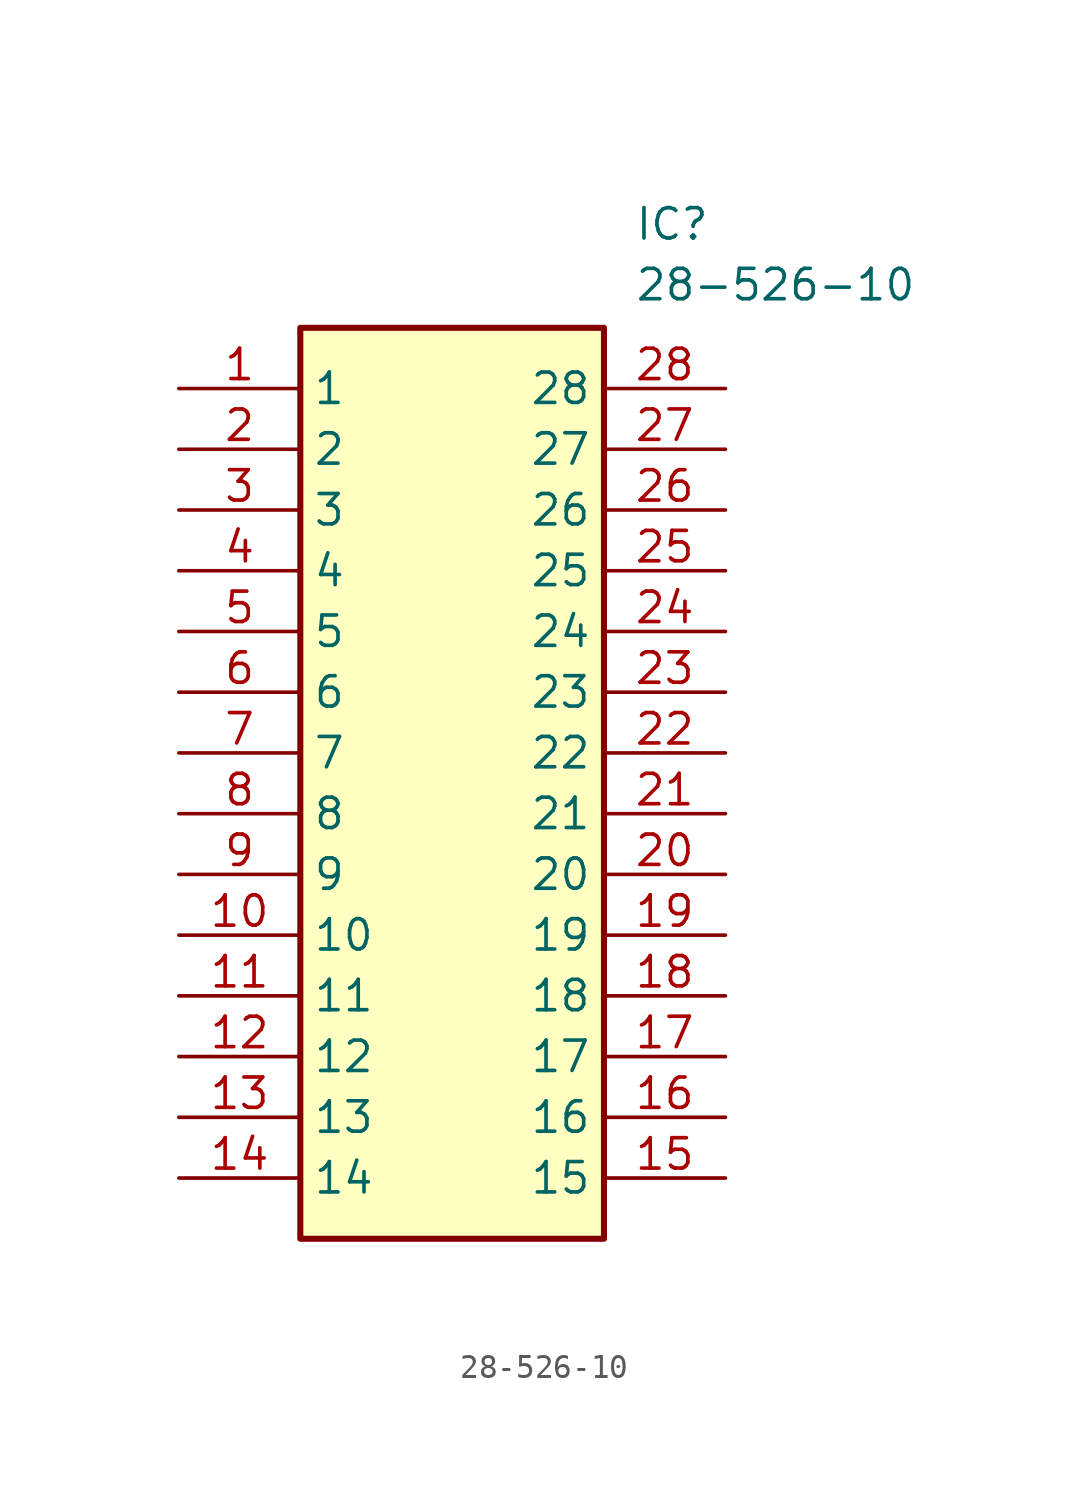
<source format=kicad_sym>
(kicad_symbol_lib
  (version 20220914)
  (generator SamacSys_ECAD_Model)
  (symbol "28-526-10"
    (property "Reference" "IC"
      (at 19.05 7.62 0)
      (effects (font (size 1.27 1.27)) (justify left top)))
    (property "Value" "28-526-10"
      (at 19.05 5.08 0)
      (effects (font (size 1.27 1.27)) (justify left top)))
    (rectangle
      (start 5.08 2.54)
      (end 17.78 -35.56)
      (stroke (width 0.254) (type default))
      (fill (type background)))
    (pin passive line
      (at 0 0 0)
      (length 5.08)
      (name "1" (effects (font (size 1.27 1.27))))
      (number "1" (effects (font (size 1.27 1.27)))))
    (pin passive line
      (at 0 -2.54 0)
      (length 5.08)
      (name "2" (effects (font (size 1.27 1.27))))
      (number "2" (effects (font (size 1.27 1.27)))))
    (pin passive line
      (at 0 -5.08 0)
      (length 5.08)
      (name "3" (effects (font (size 1.27 1.27))))
      (number "3" (effects (font (size 1.27 1.27)))))
    (pin passive line
      (at 0 -7.62 0)
      (length 5.08)
      (name "4" (effects (font (size 1.27 1.27))))
      (number "4" (effects (font (size 1.27 1.27)))))
    (pin passive line
      (at 0 -10.16 0)
      (length 5.08)
      (name "5" (effects (font (size 1.27 1.27))))
      (number "5" (effects (font (size 1.27 1.27)))))
    (pin passive line
      (at 0 -12.7 0)
      (length 5.08)
      (name "6" (effects (font (size 1.27 1.27))))
      (number "6" (effects (font (size 1.27 1.27)))))
    (pin passive line
      (at 0 -15.24 0)
      (length 5.08)
      (name "7" (effects (font (size 1.27 1.27))))
      (number "7" (effects (font (size 1.27 1.27)))))
    (pin passive line
      (at 0 -17.78 0)
      (length 5.08)
      (name "8" (effects (font (size 1.27 1.27))))
      (number "8" (effects (font (size 1.27 1.27)))))
    (pin passive line
      (at 0 -20.32 0)
      (length 5.08)
      (name "9" (effects (font (size 1.27 1.27))))
      (number "9" (effects (font (size 1.27 1.27)))))
    (pin passive line
      (at 0 -22.86 0)
      (length 5.08)
      (name "10" (effects (font (size 1.27 1.27))))
      (number "10" (effects (font (size 1.27 1.27)))))
    (pin passive line
      (at 0 -25.4 0)
      (length 5.08)
      (name "11" (effects (font (size 1.27 1.27))))
      (number "11" (effects (font (size 1.27 1.27)))))
    (pin passive line
      (at 0 -27.94 0)
      (length 5.08)
      (name "12" (effects (font (size 1.27 1.27))))
      (number "12" (effects (font (size 1.27 1.27)))))
    (pin passive line
      (at 0 -30.48 0)
      (length 5.08)
      (name "13" (effects (font (size 1.27 1.27))))
      (number "13" (effects (font (size 1.27 1.27)))))
    (pin passive line
      (at 0 -33.02 0)
      (length 5.08)
      (name "14" (effects (font (size 1.27 1.27))))
      (number "14" (effects (font (size 1.27 1.27)))))
    (pin passive line
      (at 22.86 0 180)
      (length 5.08)
      (name "28" (effects (font (size 1.27 1.27))))
      (number "28" (effects (font (size 1.27 1.27)))))
    (pin passive line
      (at 22.86 -2.54 180)
      (length 5.08)
      (name "27" (effects (font (size 1.27 1.27))))
      (number "27" (effects (font (size 1.27 1.27)))))
    (pin passive line
      (at 22.86 -5.08 180)
      (length 5.08)
      (name "26" (effects (font (size 1.27 1.27))))
      (number "26" (effects (font (size 1.27 1.27)))))
    (pin passive line
      (at 22.86 -7.62 180)
      (length 5.08)
      (name "25" (effects (font (size 1.27 1.27))))
      (number "25" (effects (font (size 1.27 1.27)))))
    (pin passive line
      (at 22.86 -10.16 180)
      (length 5.08)
      (name "24" (effects (font (size 1.27 1.27))))
      (number "24" (effects (font (size 1.27 1.27)))))
    (pin passive line
      (at 22.86 -12.7 180)
      (length 5.08)
      (name "23" (effects (font (size 1.27 1.27))))
      (number "23" (effects (font (size 1.27 1.27)))))
    (pin passive line
      (at 22.86 -15.24 180)
      (length 5.08)
      (name "22" (effects (font (size 1.27 1.27))))
      (number "22" (effects (font (size 1.27 1.27)))))
    (pin passive line
      (at 22.86 -17.78 180)
      (length 5.08)
      (name "21" (effects (font (size 1.27 1.27))))
      (number "21" (effects (font (size 1.27 1.27)))))
    (pin passive line
      (at 22.86 -20.32 180)
      (length 5.08)
      (name "20" (effects (font (size 1.27 1.27))))
      (number "20" (effects (font (size 1.27 1.27)))))
    (pin passive line
      (at 22.86 -22.86 180)
      (length 5.08)
      (name "19" (effects (font (size 1.27 1.27))))
      (number "19" (effects (font (size 1.27 1.27)))))
    (pin passive line
      (at 22.86 -25.4 180)
      (length 5.08)
      (name "18" (effects (font (size 1.27 1.27))))
      (number "18" (effects (font (size 1.27 1.27)))))
    (pin passive line
      (at 22.86 -27.94 180)
      (length 5.08)
      (name "17" (effects (font (size 1.27 1.27))))
      (number "17" (effects (font (size 1.27 1.27)))))
    (pin passive line
      (at 22.86 -30.48 180)
      (length 5.08)
      (name "16" (effects (font (size 1.27 1.27))))
      (number "16" (effects (font (size 1.27 1.27)))))
    (pin passive line
      (at 22.86 -33.02 180)
      (length 5.08)
      (name "15" (effects (font (size 1.27 1.27))))
      (number "15" (effects (font (size 1.27 1.27)))))))
</source>
